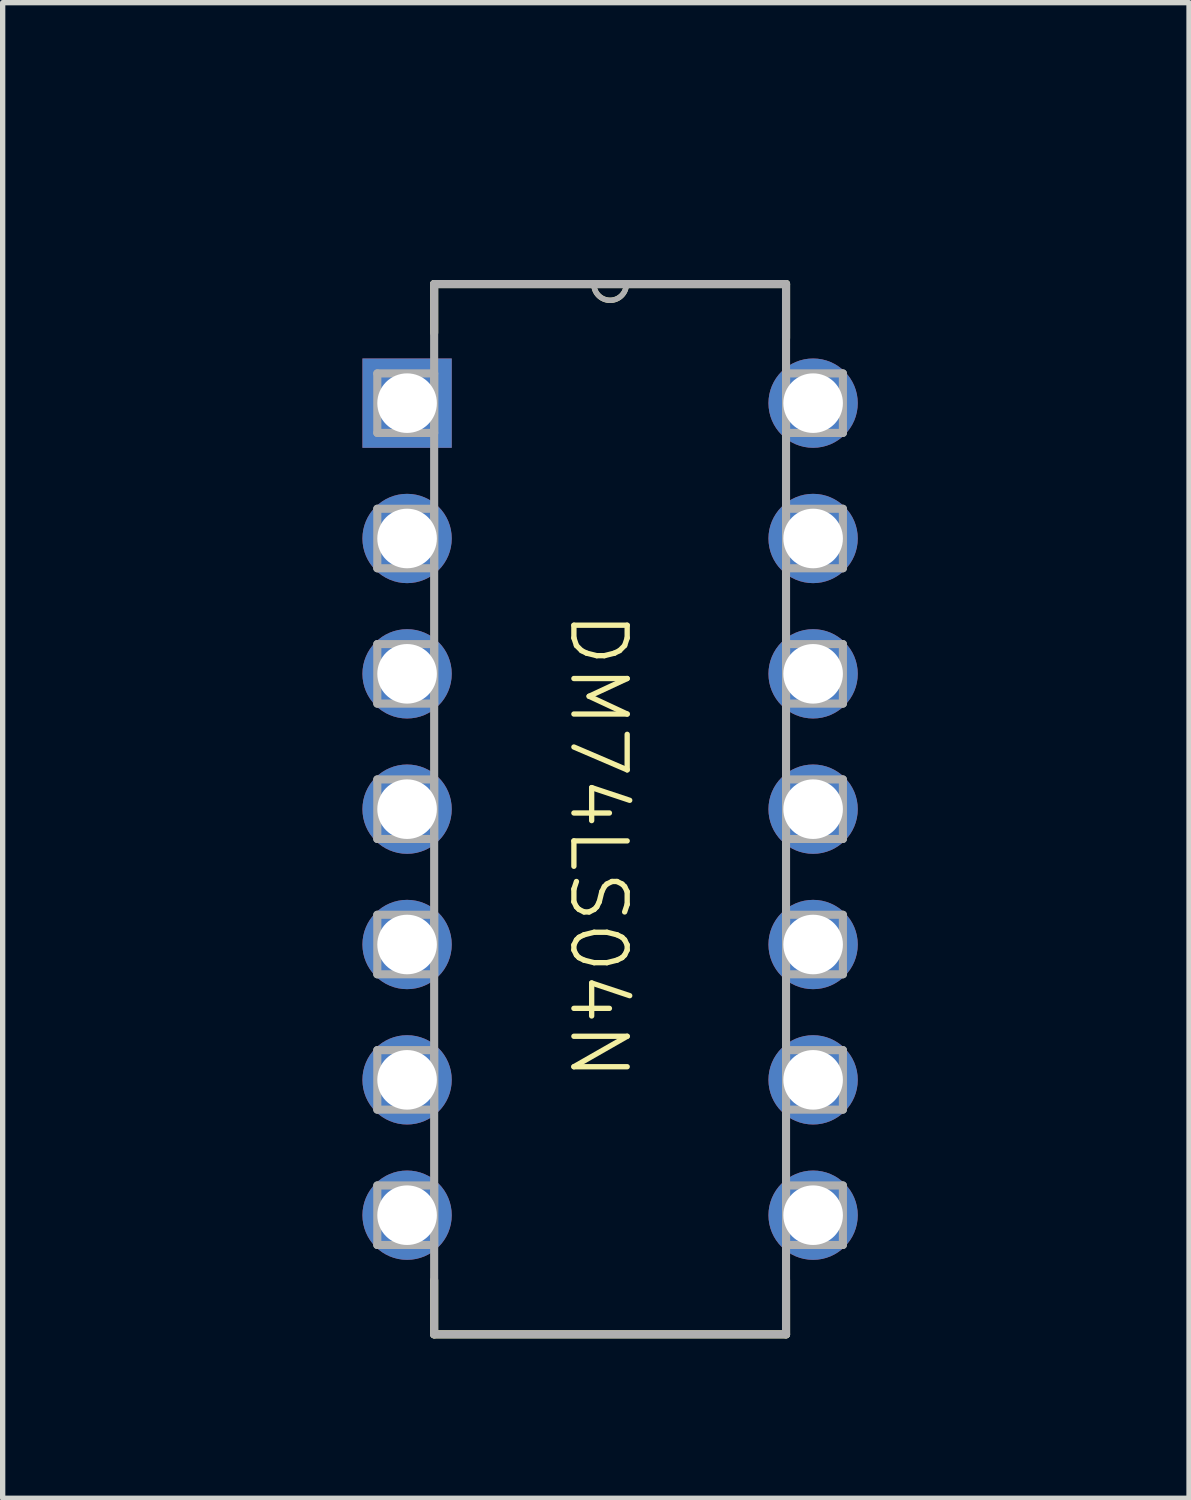
<source format=kicad_pcb>
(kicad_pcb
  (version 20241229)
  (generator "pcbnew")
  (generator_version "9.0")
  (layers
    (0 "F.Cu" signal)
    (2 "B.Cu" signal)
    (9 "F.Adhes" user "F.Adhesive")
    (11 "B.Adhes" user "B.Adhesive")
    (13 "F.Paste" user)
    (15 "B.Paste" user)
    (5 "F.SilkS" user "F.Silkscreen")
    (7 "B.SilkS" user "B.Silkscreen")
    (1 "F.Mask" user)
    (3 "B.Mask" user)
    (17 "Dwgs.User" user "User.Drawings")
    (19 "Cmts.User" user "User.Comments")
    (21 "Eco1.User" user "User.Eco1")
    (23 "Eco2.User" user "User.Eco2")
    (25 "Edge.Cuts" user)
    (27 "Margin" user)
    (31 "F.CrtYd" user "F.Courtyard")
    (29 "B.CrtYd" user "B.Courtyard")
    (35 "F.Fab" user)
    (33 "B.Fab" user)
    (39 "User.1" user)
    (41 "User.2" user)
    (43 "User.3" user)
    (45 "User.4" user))
  (footprint "DM74LS04N"
    (layer "F.Cu")
    (at 8.228 12.825)
    (property "Reference" "DM74LS04N" (at 0.635 -12.065 0) (unlocked yes) (layer "User.1") (effects (font (size 1 1) (thickness 0.1))))
    (attr through_hole)
    (fp_line (start -3.13 -10.544) (end -3.13 -9.629) (stroke (width 0.152) (type solid)) (layer "F.SilkS"))
    (fp_line (start -3.13 8.151) (end -3.13 9.167) (stroke (width 0.152) (type solid)) (layer "F.SilkS"))
    (fp_line (start -3.13 9.167) (end 3.474 9.167) (stroke (width 0.152) (type solid)) (layer "F.SilkS"))
    (fp_line (start -0.133 -10.544) (end -3.13 -10.544) (stroke (width 0.152) (type solid)) (layer "F.SilkS"))
    (fp_line (start 0.477 -10.544) (end -0.133 -10.544) (stroke (width 0.152) (type solid)) (layer "F.SilkS"))
    (fp_line (start 3.474 -10.544) (end 0.477 -10.544) (stroke (width 0.152) (type solid)) (layer "F.SilkS"))
    (fp_line (start 3.474 -9.528) (end 3.474 -10.544) (stroke (width 0.152) (type solid)) (layer "F.SilkS"))
    (fp_line (start 3.474 9.167) (end 3.474 8.151) (stroke (width 0.152) (type solid)) (layer "F.SilkS"))
    (fp_arc (start 0.47655 -10.54389) (mid 0.17175 -10.23909) (end -0.13305 -10.54389) (stroke (width 0.1) (type solid)) (layer "F.SilkS"))
    (fp_line (start -4.197 -8.867) (end -4.197 -7.75) (stroke (width 0.152) (type solid)) (layer "F.Fab"))
    (fp_line (start -4.197 -7.75) (end -3.13 -7.75) (stroke (width 0.152) (type solid)) (layer "F.Fab"))
    (fp_line (start -4.197 -6.327) (end -4.197 -5.21) (stroke (width 0.152) (type solid)) (layer "F.Fab"))
    (fp_line (start -4.197 -5.21) (end -3.13 -5.21) (stroke (width 0.152) (type solid)) (layer "F.Fab"))
    (fp_line (start -4.197 -3.787) (end -4.197 -2.67) (stroke (width 0.152) (type solid)) (layer "F.Fab"))
    (fp_line (start -4.197 -2.67) (end -3.13 -2.67) (stroke (width 0.152) (type solid)) (layer "F.Fab"))
    (fp_line (start -4.197 -1.247) (end -4.197 -0.13) (stroke (width 0.152) (type solid)) (layer "F.Fab"))
    (fp_line (start -4.197 -0.13) (end -3.13 -0.13) (stroke (width 0.152) (type solid)) (layer "F.Fab"))
    (fp_line (start -4.197 1.293) (end -4.197 2.41) (stroke (width 0.152) (type solid)) (layer "F.Fab"))
    (fp_line (start -4.197 2.41) (end -3.13 2.41) (stroke (width 0.152) (type solid)) (layer "F.Fab"))
    (fp_line (start -4.197 3.833) (end -4.197 4.95) (stroke (width 0.152) (type solid)) (layer "F.Fab"))
    (fp_line (start -4.197 4.95) (end -3.13 4.95) (stroke (width 0.152) (type solid)) (layer "F.Fab"))
    (fp_line (start -4.197 6.373) (end -4.197 7.49) (stroke (width 0.152) (type solid)) (layer "F.Fab"))
    (fp_line (start -4.197 7.49) (end -3.13 7.49) (stroke (width 0.152) (type solid)) (layer "F.Fab"))
    (fp_line (start -3.13 -10.544) (end -3.13 9.167) (stroke (width 0.152) (type solid)) (layer "F.Fab"))
    (fp_line (start -3.13 -8.867) (end -4.197 -8.867) (stroke (width 0.152) (type solid)) (layer "F.Fab"))
    (fp_line (start -3.13 -7.75) (end -3.13 -8.867) (stroke (width 0.152) (type solid)) (layer "F.Fab"))
    (fp_line (start -3.13 -6.327) (end -4.197 -6.327) (stroke (width 0.152) (type solid)) (layer "F.Fab"))
    (fp_line (start -3.13 -5.21) (end -3.13 -6.327) (stroke (width 0.152) (type solid)) (layer "F.Fab"))
    (fp_line (start -3.13 -3.787) (end -4.197 -3.787) (stroke (width 0.152) (type solid)) (layer "F.Fab"))
    (fp_line (start -3.13 -2.67) (end -3.13 -3.787) (stroke (width 0.152) (type solid)) (layer "F.Fab"))
    (fp_line (start -3.13 -1.247) (end -4.197 -1.247) (stroke (width 0.152) (type solid)) (layer "F.Fab"))
    (fp_line (start -3.13 -0.13) (end -3.13 -1.247) (stroke (width 0.152) (type solid)) (layer "F.Fab"))
    (fp_line (start -3.13 1.293) (end -4.197 1.293) (stroke (width 0.152) (type solid)) (layer "F.Fab"))
    (fp_line (start -3.13 2.41) (end -3.13 1.293) (stroke (width 0.152) (type solid)) (layer "F.Fab"))
    (fp_line (start -3.13 3.833) (end -4.197 3.833) (stroke (width 0.152) (type solid)) (layer "F.Fab"))
    (fp_line (start -3.13 4.95) (end -3.13 3.833) (stroke (width 0.152) (type solid)) (layer "F.Fab"))
    (fp_line (start -3.13 6.373) (end -4.197 6.373) (stroke (width 0.152) (type solid)) (layer "F.Fab"))
    (fp_line (start -3.13 7.49) (end -3.13 6.373) (stroke (width 0.152) (type solid)) (layer "F.Fab"))
    (fp_line (start -3.13 9.167) (end 3.474 9.167) (stroke (width 0.152) (type solid)) (layer "F.Fab"))
    (fp_line (start -0.133 -10.544) (end -3.13 -10.544) (stroke (width 0.152) (type solid)) (layer "F.Fab"))
    (fp_line (start 0.477 -10.544) (end -0.133 -10.544) (stroke (width 0.152) (type solid)) (layer "F.Fab"))
    (fp_line (start 3.474 -10.544) (end 0.477 -10.544) (stroke (width 0.152) (type solid)) (layer "F.Fab"))
    (fp_line (start 3.474 -8.867) (end 3.474 -7.75) (stroke (width 0.152) (type solid)) (layer "F.Fab"))
    (fp_line (start 3.474 -7.75) (end 4.541 -7.75) (stroke (width 0.152) (type solid)) (layer "F.Fab"))
    (fp_line (start 3.474 -6.327) (end 3.474 -5.21) (stroke (width 0.152) (type solid)) (layer "F.Fab"))
    (fp_line (start 3.474 -5.21) (end 4.541 -5.21) (stroke (width 0.152) (type solid)) (layer "F.Fab"))
    (fp_line (start 3.474 -3.787) (end 3.474 -2.67) (stroke (width 0.152) (type solid)) (layer "F.Fab"))
    (fp_line (start 3.474 -2.67) (end 4.541 -2.67) (stroke (width 0.152) (type solid)) (layer "F.Fab"))
    (fp_line (start 3.474 -1.247) (end 3.474 -0.13) (stroke (width 0.152) (type solid)) (layer "F.Fab"))
    (fp_line (start 3.474 -0.13) (end 4.541 -0.13) (stroke (width 0.152) (type solid)) (layer "F.Fab"))
    (fp_line (start 3.474 1.293) (end 3.474 2.41) (stroke (width 0.152) (type solid)) (layer "F.Fab"))
    (fp_line (start 3.474 2.41) (end 4.541 2.41) (stroke (width 0.152) (type solid)) (layer "F.Fab"))
    (fp_line (start 3.474 3.833) (end 3.474 4.95) (stroke (width 0.152) (type solid)) (layer "F.Fab"))
    (fp_line (start 3.474 4.95) (end 4.541 4.95) (stroke (width 0.152) (type solid)) (layer "F.Fab"))
    (fp_line (start 3.474 6.373) (end 3.474 7.49) (stroke (width 0.152) (type solid)) (layer "F.Fab"))
    (fp_line (start 3.474 7.49) (end 4.541 7.49) (stroke (width 0.152) (type solid)) (layer "F.Fab"))
    (fp_line (start 3.474 9.167) (end 3.474 -10.544) (stroke (width 0.152) (type solid)) (layer "F.Fab"))
    (fp_line (start 4.541 -8.867) (end 3.474 -8.867) (stroke (width 0.152) (type solid)) (layer "F.Fab"))
    (fp_line (start 4.541 -7.75) (end 4.541 -8.867) (stroke (width 0.152) (type solid)) (layer "F.Fab"))
    (fp_line (start 4.541 -6.327) (end 3.474 -6.327) (stroke (width 0.152) (type solid)) (layer "F.Fab"))
    (fp_line (start 4.541 -5.21) (end 4.541 -6.327) (stroke (width 0.152) (type solid)) (layer "F.Fab"))
    (fp_line (start 4.541 -3.787) (end 3.474 -3.787) (stroke (width 0.152) (type solid)) (layer "F.Fab"))
    (fp_line (start 4.541 -2.67) (end 4.541 -3.787) (stroke (width 0.152) (type solid)) (layer "F.Fab"))
    (fp_line (start 4.541 -1.247) (end 3.474 -1.247) (stroke (width 0.152) (type solid)) (layer "F.Fab"))
    (fp_line (start 4.541 -0.13) (end 4.541 -1.247) (stroke (width 0.152) (type solid)) (layer "F.Fab"))
    (fp_line (start 4.541 1.293) (end 3.474 1.293) (stroke (width 0.152) (type solid)) (layer "F.Fab"))
    (fp_line (start 4.541 2.41) (end 4.541 1.293) (stroke (width 0.152) (type solid)) (layer "F.Fab"))
    (fp_line (start 4.541 3.833) (end 3.474 3.833) (stroke (width 0.152) (type solid)) (layer "F.Fab"))
    (fp_line (start 4.541 4.95) (end 4.541 3.833) (stroke (width 0.152) (type solid)) (layer "F.Fab"))
    (fp_line (start 4.541 6.373) (end 3.474 6.373) (stroke (width 0.152) (type solid)) (layer "F.Fab"))
    (fp_line (start 4.541 7.49) (end 4.541 6.373) (stroke (width 0.152) (type solid)) (layer "F.Fab"))
    (fp_arc (start 0.47655 -10.54389) (mid 0.17175 -10.23909) (end -0.13305 -10.54389) (stroke (width 0.1) (type solid)) (layer "F.Fab"))
    (fp_text user "DM74LS04N" (at -0.635 -4.445 270) (unlocked yes) (layer "F.SilkS") (effects (font (size 1 1) (thickness 0.1)) (justify left bottom)))
    (fp_text user "6Y" (at 5.08 -2.54 0) (unlocked yes) (layer "User.1") (effects (font (size 1 1) (thickness 0.1)) (justify left bottom)))
    (fp_text user "VCC" (at 5.08 -7.62 0) (unlocked yes) (layer "User.1") (effects (font (size 1 1) (thickness 0.1)) (justify left bottom)))
    (fp_text user "1Y" (at -5.08 -5.08 0) (unlocked yes) (layer "User.1") (effects (font (size 1 1) (thickness 0.1)) (justify right bottom)))
    (fp_text user "5A" (at 5.08 0 0) (unlocked yes) (layer "User.1") (effects (font (size 1 1) (thickness 0.1)) (justify left bottom)))
    (fp_text user "3Y" (at -5.08 5.08 0) (unlocked yes) (layer "User.1") (effects (font (size 1 1) (thickness 0.1)) (justify right bottom)))
    (fp_text user "4A" (at 5.08 5.08 0) (unlocked yes) (layer "User.1") (effects (font (size 1 1) (thickness 0.1)) (justify left bottom)))
    (fp_text user "6A" (at 5.08 -5.08 0) (unlocked yes) (layer "User.1") (effects (font (size 1 1) (thickness 0.1)) (justify left bottom)))
    (fp_text user "2A" (at -5.08 -2.54 0) (unlocked yes) (layer "User.1") (effects (font (size 1 1) (thickness 0.1)) (justify right bottom)))
    (fp_text user "5Y" (at 5.08 2.54 0) (unlocked yes) (layer "User.1") (effects (font (size 1 1) (thickness 0.1)) (justify left bottom)))
    (fp_text user "3A" (at -5.08 2.54 0) (unlocked yes) (layer "User.1") (effects (font (size 1 1) (thickness 0.1)) (justify right bottom)))
    (fp_text user "1A" (at -5.08 -7.62 0) (unlocked yes) (layer "User.1") (effects (font (size 1 1) (thickness 0.1)) (justify right bottom)))
    (fp_text user "GND" (at -5.08 7.62 0) (unlocked yes) (layer "User.1") (effects (font (size 1 1) (thickness 0.1)) (justify right bottom)))
    (fp_text user "4Y" (at 5.08 7.62 0) (unlocked yes) (layer "User.1") (effects (font (size 1 1) (thickness 0.1)) (justify left bottom)))
    (fp_text user "2Y" (at -5.08 0 0) (unlocked yes) (layer "User.1") (effects (font (size 1 1) (thickness 0.1)) (justify right bottom)))
    (pad "1" thru_hole rect (at -3.638 -8.309) (size 1.676 1.676) (drill 1.118) (layers "*.Cu" "*.Mask"))
    (pad "2" thru_hole circle (at -3.638 -5.769) (size 1.676 1.676) (drill 1.118) (layers "*.Cu" "*.Mask"))
    (pad "3" thru_hole circle (at -3.638 -3.229) (size 1.676 1.676) (drill 1.118) (layers "*.Cu" "*.Mask"))
    (pad "4" thru_hole circle (at -3.638 -0.689) (size 1.676 1.676) (drill 1.118) (layers "*.Cu" "*.Mask"))
    (pad "5" thru_hole circle (at -3.638 1.851) (size 1.676 1.676) (drill 1.118) (layers "*.Cu" "*.Mask"))
    (pad "6" thru_hole circle (at -3.638 4.391) (size 1.676 1.676) (drill 1.118) (layers "*.Cu" "*.Mask"))
    (pad "7" thru_hole circle (at -3.638 6.931) (size 1.676 1.676) (drill 1.118) (layers "*.Cu" "*.Mask"))
    (pad "8" thru_hole circle (at 3.982 6.931) (size 1.676 1.676) (drill 1.118) (layers "*.Cu" "*.Mask"))
    (pad "9" thru_hole circle (at 3.982 4.391) (size 1.676 1.676) (drill 1.118) (layers "*.Cu" "*.Mask"))
    (pad "10" thru_hole circle (at 3.982 1.851) (size 1.676 1.676) (drill 1.118) (layers "*.Cu" "*.Mask"))
    (pad "11" thru_hole circle (at 3.982 -0.689) (size 1.676 1.676) (drill 1.118) (layers "*.Cu" "*.Mask"))
    (pad "12" thru_hole circle (at 3.982 -3.229) (size 1.676 1.676) (drill 1.118) (layers "*.Cu" "*.Mask"))
    (pad "13" thru_hole circle (at 3.982 -5.769) (size 1.676 1.676) (drill 1.118) (layers "*.Cu" "*.Mask"))
    (pad "14" thru_hole circle (at 3.982 -8.309) (size 1.676 1.676) (drill 1.118) (layers "*.Cu" "*.Mask")))
  (gr_rect
    (start -3 -3)
    (end 19.265 25.068)
    (stroke (width 0.1) (type default))
    (fill no)
    (layer "Edge.Cuts")))
</source>
